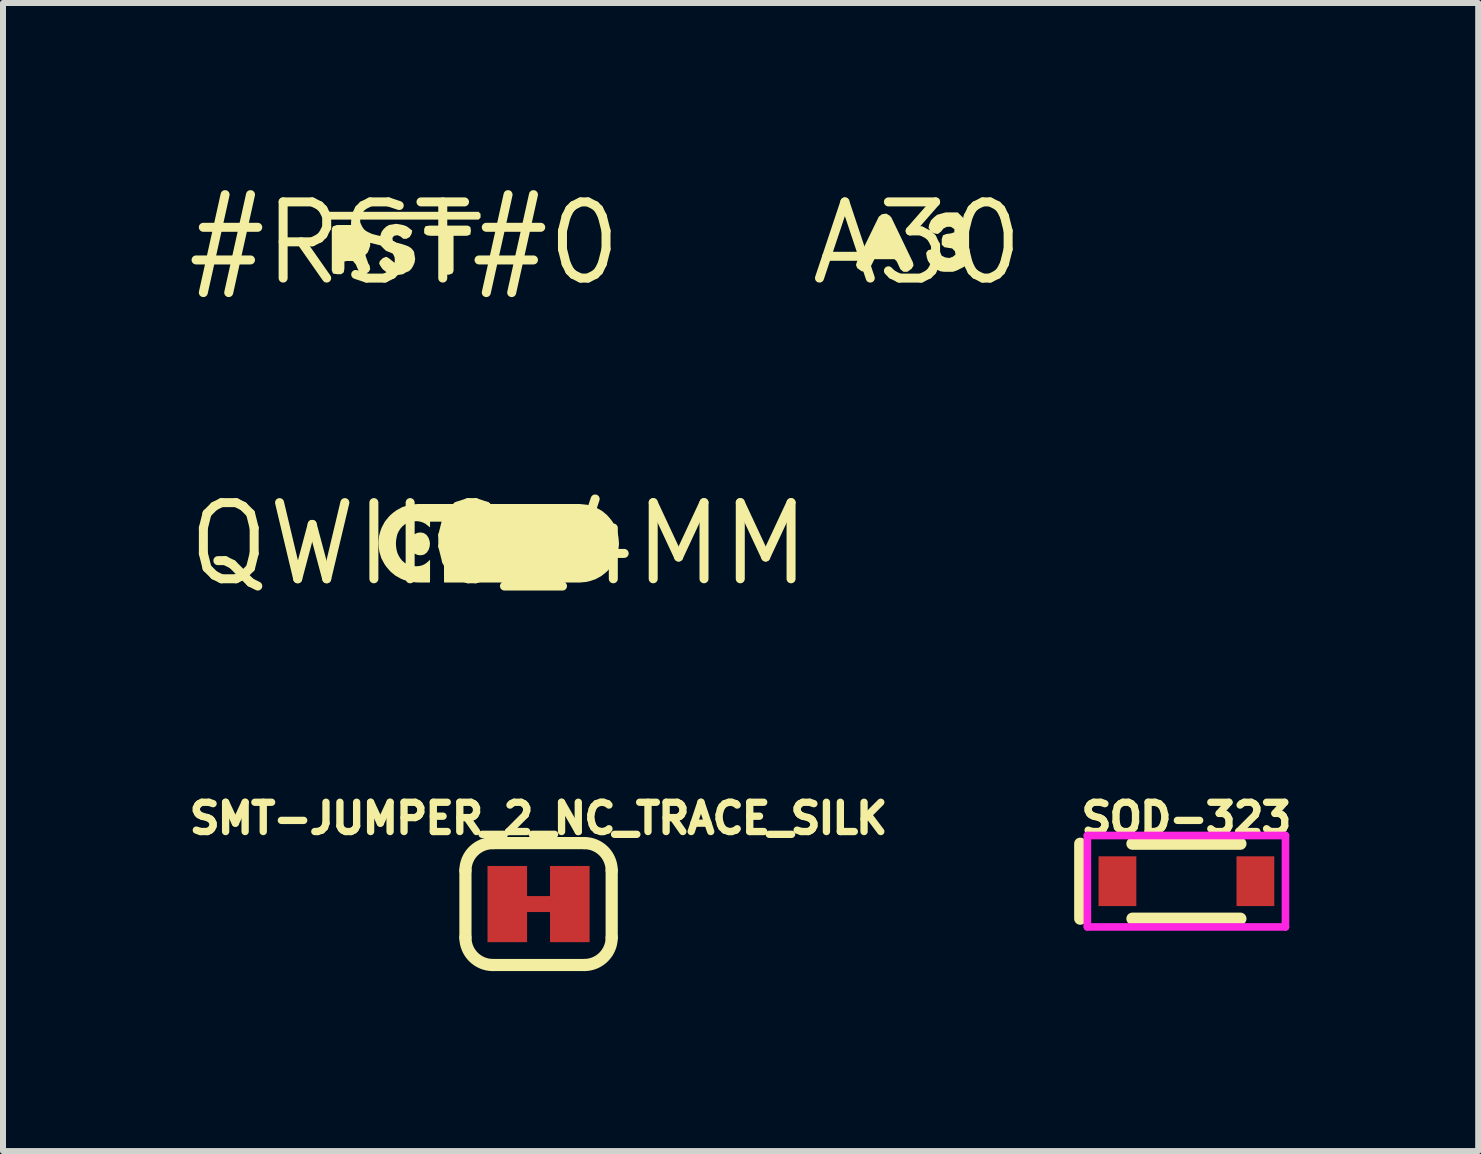
<source format=kicad_pcb>
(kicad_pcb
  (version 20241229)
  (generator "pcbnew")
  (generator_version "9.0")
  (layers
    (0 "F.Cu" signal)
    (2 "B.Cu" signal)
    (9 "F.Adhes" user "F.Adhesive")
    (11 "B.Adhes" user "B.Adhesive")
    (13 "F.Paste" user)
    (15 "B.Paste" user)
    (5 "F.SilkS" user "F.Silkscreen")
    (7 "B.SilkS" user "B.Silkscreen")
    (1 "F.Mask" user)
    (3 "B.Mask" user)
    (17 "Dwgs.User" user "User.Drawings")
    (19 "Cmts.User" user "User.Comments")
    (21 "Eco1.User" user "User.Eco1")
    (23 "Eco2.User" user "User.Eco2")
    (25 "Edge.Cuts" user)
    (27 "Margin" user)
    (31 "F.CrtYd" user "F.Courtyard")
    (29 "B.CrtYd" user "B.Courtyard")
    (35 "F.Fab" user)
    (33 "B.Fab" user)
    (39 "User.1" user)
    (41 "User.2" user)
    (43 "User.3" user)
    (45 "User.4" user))
  (footprint "A30"
    (layer "F.Cu")
    (at 12.244 1.006)
    (property "Reference" "A30" (at 0 0 0) (layer "F.SilkS") (effects (font (size 1.27 1.27) (thickness 0.15))))
    (fp_poly (pts (xy -0.467 -0.464) (xy -0.436 -0.433) (xy -0.075 0.318) (xy -0.065 0.371) (xy -0.096 0.423) (xy -0.168 0.475) (xy -0.232 0.475) (xy -0.284 0.433) (xy -0.344 0.303) (xy -0.382 0.265) (xy -0.717 0.265) (xy -0.776 0.382) (xy -0.806 0.444) (xy -0.869 0.475) (xy -0.932 0.465) (xy -1.004 0.413) (xy -1.025 0.36) (xy -1.005 0.298) (xy -0.674 -0.382) (xy -0.644 -0.443) (xy -0.592 -0.485) (xy -0.519 -0.495)) (stroke (width 0) (type solid)) (fill yes) (layer "F.SilkS"))
    (fp_poly (pts (xy 0.774 -0.413) (xy 0.814 -0.363) (xy 0.845 -0.302) (xy 0.855 -0.23) (xy 0.855 -0.159) (xy 0.824 -0.097) (xy 0.785 -0.058) (xy 0.785 -0.022) (xy 0.834 0.027) (xy 0.865 0.088) (xy 0.875 0.15) (xy 0.875 0.221) (xy 0.855 0.282) (xy 0.814 0.343) (xy 0.773 0.394) (xy 0.652 0.455) (xy 0.591 0.475) (xy 0.44 0.475) (xy 0.378 0.465) (xy 0.257 0.404) (xy 0.216 0.353) (xy 0.175 0.292) (xy 0.155 0.231) (xy 0.145 0.159) (xy 0.177 0.116) (xy 0.25 0.095) (xy 0.332 0.105) (xy 0.374 0.137) (xy 0.404 0.206) (xy 0.462 0.235) (xy 0.53 0.245) (xy 0.588 0.226) (xy 0.635 0.188) (xy 0.625 0.132) (xy 0.578 0.085) (xy 0.509 0.075) (xy 0.448 0.065) (xy 0.405 0.022) (xy 0.405 -0.071) (xy 0.426 -0.134) (xy 0.479 -0.155) (xy 0.559 -0.165) (xy 0.615 -0.184) (xy 0.615 -0.237) (xy 0.558 -0.275) (xy 0.491 -0.275) (xy 0.433 -0.246) (xy 0.394 -0.196) (xy 0.341 -0.155) (xy 0.278 -0.165) (xy 0.216 -0.206) (xy 0.185 -0.259) (xy 0.195 -0.311) (xy 0.226 -0.383) (xy 0.277 -0.434) (xy 0.328 -0.475) (xy 0.399 -0.495) (xy 0.469 -0.515) (xy 0.672 -0.515)) (stroke (width 0) (type solid)) (fill yes) (layer "F.SilkS")))
  (footprint "#RST#0"
    (layer "F.Cu")
    (at 3.696 1.006)
    (property "Reference" "#RST#0" (at 0 0 0) (layer "F.SilkS") (effects (font (size 1.27 1.27) (thickness 0.15))))
    (fp_poly (pts (xy 1.265 -0.492) (xy 1.265 -0.428) (xy 1.232 -0.395) (xy -1.255 -0.395) (xy -1.265 -0.525) (xy 1.232 -0.525)) (stroke (width 0) (type solid)) (fill yes) (layer "F.SilkS"))
    (fp_poly (pts (xy 1.095 -0.273) (xy 1.105 -0.21) (xy 1.094 -0.146) (xy 1.041 -0.125) (xy 0.815 -0.125) (xy 0.815 0.461) (xy 0.794 0.504) (xy 0.73 0.525) (xy 0.668 0.515) (xy 0.625 0.483) (xy 0.615 0.43) (xy 0.615 -0.089) (xy 0.597 -0.125) (xy 0.43 -0.125) (xy 0.368 -0.135) (xy 0.325 -0.168) (xy 0.325 -0.241) (xy 0.347 -0.285) (xy 0.41 -0.295) (xy 1.051 -0.295)) (stroke (width 0) (type solid)) (fill yes) (layer "F.SilkS"))
    (fp_poly (pts (xy -0.778 -0.285) (xy -0.727 -0.264) (xy -0.681 -0.227) (xy -0.68 -0.227) (xy -0.677 -0.224) (xy -0.673 -0.221) (xy -0.673 -0.22) (xy -0.636 -0.183) (xy -0.606 -0.132) (xy -0.585 -0.081) (xy -0.575 -0.02) (xy -0.575 0.041) (xy -0.595 0.102) (xy -0.616 0.153) (xy -0.654 0.192) (xy -0.645 0.229) (xy -0.606 0.338) (xy -0.585 0.368) (xy -0.575 0.431) (xy -0.596 0.473) (xy -0.658 0.515) (xy -0.711 0.525) (xy -0.754 0.493) (xy -0.814 0.353) (xy -0.862 0.295) (xy -0.969 0.295) (xy -1.005 0.304) (xy -1.005 0.42) (xy -1.015 0.483) (xy -1.058 0.515) (xy -1.13 0.515) (xy -1.194 0.504) (xy -1.215 0.451) (xy -1.215 -0.241) (xy -1.194 -0.284) (xy -1.131 -0.305) (xy -0.839 -0.305)) (stroke (width 0) (type solid)) (fill yes) (layer "F.SilkS"))
    (fp_poly (pts (xy -0.079 -0.315) (xy -0.029 -0.305) (xy 0.032 -0.284) (xy 0.073 -0.254) (xy 0.126 -0.212) (xy 0.115 -0.158) (xy 0.084 -0.106) (xy 0.031 -0.075) (xy -0.022 -0.075) (xy -0.073 -0.116) (xy -0.121 -0.135) (xy -0.177 -0.125) (xy -0.205 -0.089) (xy -0.196 -0.034) (xy -0.148 -0.015) (xy -0.039 0.015) (xy 0.022 0.035) (xy 0.072 0.056) (xy 0.114 0.086) (xy 0.155 0.138) (xy 0.165 0.199) (xy 0.175 0.26) (xy 0.165 0.321) (xy 0.144 0.372) (xy 0.114 0.423) (xy 0.073 0.464) (xy 0.022 0.484) (xy -0.028 0.515) (xy -0.09 0.525) (xy -0.15 0.525) (xy -0.201 0.515) (xy -0.262 0.505) (xy -0.313 0.474) (xy -0.364 0.434) (xy -0.394 0.393) (xy -0.425 0.341) (xy -0.415 0.297) (xy -0.363 0.246) (xy -0.31 0.225) (xy -0.267 0.246) (xy -0.217 0.286) (xy -0.168 0.325) (xy -0.111 0.325) (xy -0.054 0.306) (xy -0.035 0.269) (xy -0.044 0.223) (xy -0.092 0.195) (xy -0.151 0.185) (xy -0.212 0.165) (xy -0.262 0.145) (xy -0.313 0.124) (xy -0.354 0.084) (xy -0.395 0.042) (xy -0.405 -0.019) (xy -0.415 -0.08) (xy -0.405 -0.131) (xy -0.384 -0.192) (xy -0.354 -0.233) (xy -0.313 -0.274) (xy -0.262 -0.305) (xy -0.14 -0.325)) (stroke (width 0) (type solid)) (fill yes) (layer "F.SilkS")))
  (footprint "SOD-323"
    (layer "F.Cu")
    (at 16.728 11.64)
    (property "Reference" "SOD-323" (at 0 -0.762 0) (layer "F.SilkS") (effects (font (size 0.488 0.488) (thickness 0.122)) (justify bottom)))
    (fp_line (start -1.77 -0.625) (end -1.77 0.625) (stroke (width 0.203) (type solid)) (layer "F.SilkS"))
    (fp_line (start -0.9 -0.625) (end 0.9 -0.625) (stroke (width 0.203) (type solid)) (layer "F.SilkS"))
    (fp_line (start -0.9 0.625) (end 0.9 0.625) (stroke (width 0.203) (type solid)) (layer "F.SilkS"))
    (fp_line (start -1.651 -0.762) (end 1.651 -0.762) (stroke (width 0.127) (type solid)) (layer "F.CrtYd"))
    (fp_line (start -1.651 0.762) (end -1.651 -0.762) (stroke (width 0.127) (type solid)) (layer "F.CrtYd"))
    (fp_line (start 1.651 -0.762) (end 1.651 0.762) (stroke (width 0.127) (type solid)) (layer "F.CrtYd"))
    (fp_line (start 1.651 0.762) (end -1.651 0.762) (stroke (width 0.127) (type solid)) (layer "F.CrtYd"))
    (pad "A" smd rect (at 1.15 0) (size 0.63 0.83) (layers "F.Cu" "F.Mask" "F.Paste"))
    (pad "C" smd rect (at -1.15 0) (size 0.63 0.83) (layers "F.Cu" "F.Mask" "F.Paste")))
  (footprint "QWIIC_4MM"
    (layer "F.Cu")
    (at 5.269 6.019)
    (property "Reference" "QWIIC_4MM" (at 0 0 0) (layer "F.SilkS") (effects (font (size 1.27 1.27) (thickness 0.15))))
    (fp_poly (pts (xy -1.253 -0.182) (xy -1.208 -0.151) (xy -1.177 -0.107) (xy -1.159 -0.058) (xy -1.151 -0.004) (xy -1.158 0.049) (xy -1.175 0.099) (xy -1.205 0.143) (xy -1.249 0.176) (xy -1.302 0.188) (xy -1.356 0.183) (xy -1.405 0.162) (xy -1.445 0.126) (xy -1.471 0.079) (xy -1.481 0.026) (xy -1.481 -0.027) (xy -1.473 -0.08) (xy -1.447 -0.128) (xy -1.408 -0.165) (xy -1.359 -0.187) (xy -1.306 -0.193)) (stroke (width 0) (type solid)) (fill yes) (layer "F.SilkS"))
    (fp_poly (pts (xy 1.366 -0.665) (xy 1.472 -0.654) (xy 1.574 -0.624) (xy 1.623 -0.604) (xy 1.717 -0.552) (xy 1.799 -0.484) (xy 1.835 -0.444) (xy 1.869 -0.403) (xy 1.9 -0.359) (xy 1.95 -0.265) (xy 1.982 -0.163) (xy 1.991 -0.11) (xy 2 -0.004) (xy 1.989 0.103) (xy 1.977 0.154) (xy 1.961 0.205) (xy 1.942 0.255) (xy 1.891 0.35) (xy 1.824 0.432) (xy 1.786 0.47) (xy 1.702 0.536) (xy 1.608 0.587) (xy 1.507 0.62) (xy 1.454 0.632) (xy 1.348 0.642) (xy -0.916 0.642) (xy -0.917 0.617) (xy -0.919 -0.342) (xy -0.92 -0.342) (xy -0.919 -0.373) (xy -1.149 -0.373) (xy -1.15 -0.351) (xy -1.15 -0.277) (xy -1.185 -0.304) (xy -1.226 -0.337) (xy -1.271 -0.36) (xy -1.321 -0.375) (xy -1.372 -0.381) (xy -1.424 -0.378) (xy -1.475 -0.369) (xy -1.525 -0.353) (xy -1.57 -0.328) (xy -1.61 -0.295) (xy -1.644 -0.256) (xy -1.672 -0.213) (xy -1.694 -0.166) (xy -1.707 -0.115) (xy -1.715 -0.064) (xy -1.719 -0.012) (xy -1.716 0.041) (xy -1.709 0.092) (xy -1.696 0.143) (xy -1.675 0.191) (xy -1.649 0.235) (xy -1.616 0.276) (xy -1.578 0.31) (xy -1.533 0.336) (xy -1.484 0.354) (xy -1.434 0.366) (xy -1.382 0.371) (xy -1.33 0.367) (xy -1.28 0.355) (xy -1.234 0.333) (xy -1.193 0.302) (xy -1.15 0.262) (xy -1.15 0.595) (xy -1.152 0.642) (xy -1.327 0.642) (xy -1.38 0.64) (xy -1.486 0.629) (xy -1.589 0.598) (xy -1.638 0.577) (xy -1.731 0.525) (xy -1.813 0.456) (xy -1.882 0.375) (xy -1.912 0.331) (xy -1.962 0.237) (xy -1.994 0.134) (xy -2.002 0.082) (xy -2.008 0.029) (xy -2.011 -0.025) (xy -2 -0.131) (xy -1.987 -0.183) (xy -1.971 -0.234) (xy -1.952 -0.283) (xy -1.901 -0.377) (xy -1.833 -0.46) (xy -1.794 -0.497) (xy -1.753 -0.531) (xy -1.71 -0.562) (xy -1.616 -0.614) (xy -1.514 -0.646) (xy -1.462 -0.657) (xy -1.356 -0.667) (xy 1.346 -0.667)) (stroke (width 0) (type solid)) (fill yes) (layer "F.SilkS")))
  (footprint "SMT-JUMPER_2_NC_TRACE_SILK"
    (layer "F.Cu")
    (at 5.928 12.021)
    (property "Reference" "SMT-JUMPER_2_NC_TRACE_SILK" (at 0 -1.143 0) (layer "F.SilkS") (effects (font (size 0.488 0.488) (thickness 0.122)) (justify bottom)))
    (fp_poly (pts (xy 0.191 0.133) (xy -0.705 0.133) (xy -0.705 -0.133) (xy 0.191 -0.133)) (stroke (width 0) (type solid)) (fill yes) (layer "F.Cu"))
    (fp_poly (pts (xy 0.254 0.191) (xy -0.254 0.191) (xy -0.254 -0.191) (xy 0.254 -0.191)) (stroke (width 0) (type solid)) (fill yes) (layer "F.Mask"))
    (fp_line (start -1.219 0.559) (end -1.219 -0.559) (stroke (width 0.203) (type solid)) (layer "F.SilkS"))
    (fp_line (start -0.762 -1.016) (end 0.762 -1.016) (stroke (width 0.203) (type solid)) (layer "F.SilkS"))
    (fp_line (start 0.762 1.016) (end -0.762 1.016) (stroke (width 0.203) (type solid)) (layer "F.SilkS"))
    (fp_line (start 1.219 0.559) (end 1.219 -0.559) (stroke (width 0.203) (type solid)) (layer "F.SilkS"))
    (fp_arc (start -1.2192 -0.5588) (mid -1.085289 -0.882089) (end -0.762 -1.016) (stroke (width 0.2032) (type solid)) (layer "F.SilkS"))
    (fp_arc (start -0.762 1.016) (mid -1.085289 0.882089) (end -1.2192 0.5588) (stroke (width 0.2032) (type solid)) (layer "F.SilkS"))
    (fp_arc (start 0.762 -1.016) (mid 1.085289 -0.882089) (end 1.2192 -0.5588) (stroke (width 0.2032) (type solid)) (layer "F.SilkS"))
    (fp_arc (start 1.2192 0.5588) (mid 1.085289 0.882089) (end 0.762 1.016) (stroke (width 0.2032) (type solid)) (layer "F.SilkS"))
    (pad "1" smd rect (at -0.521 0) (size 0.66 1.27) (layers "F.Cu" "F.Mask"))
    (pad "2" smd rect (at 0.521 0) (size 0.66 1.27) (layers "F.Cu" "F.Mask")))
  (gr_rect
    (start -3 -3)
    (end 21.592 16.139)
    (stroke (width 0.1) (type default))
    (fill no)
    (layer "Edge.Cuts")))
</source>
